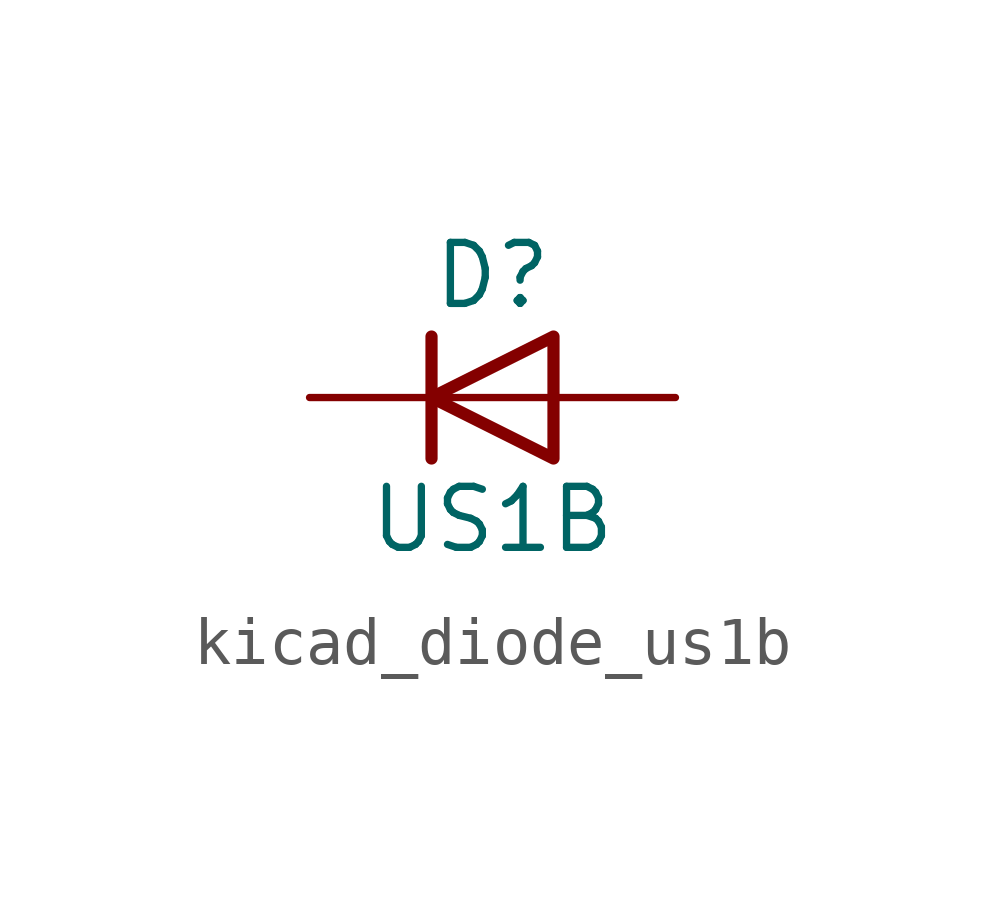
<source format=kicad_sym>
(kicad_symbol_lib
  (version 20220914)
  (generator kicad_symbol_editor)
  (symbol "kicad_diode_us1b"
    (pin_numbers hide)
    (pin_names hide)
    (property "Reference" "D"
      (at 0 2.54 0)
      (effects (font (size 1.27 1.27))))
    (property "Value" "US1B"
      (at 0 -2.54 0)
      (effects (font (size 1.27 1.27))))
    (symbol "kicad_diode_us1b_0_1"
      (polyline (pts (xy -1.27 1.27) (xy -1.27 -1.27)) (stroke (width 0.254) (type default)) (fill (type none)))
      (polyline (pts (xy 1.27 0) (xy -1.27 0)) (stroke (width 0) (type default)) (fill (type none)))
      (polyline (pts (xy 1.27 1.27) (xy 1.27 -1.27) (xy -1.27 0) (xy 1.27 1.27)) (stroke (width 0.254) (type default)) (fill (type none))))
    (symbol "kicad_diode_us1b_1_1"
      (pin passive line (at -3.81 0 0) (length 2.54) (name "K" (effects (font (size 1.27 1.27)))) (number "1" (effects (font (size 1.27 1.27)))))
      (pin passive line (at 3.81 0 180) (length 2.54) (name "A" (effects (font (size 1.27 1.27)))) (number "2" (effects (font (size 1.27 1.27))))))))
</source>
